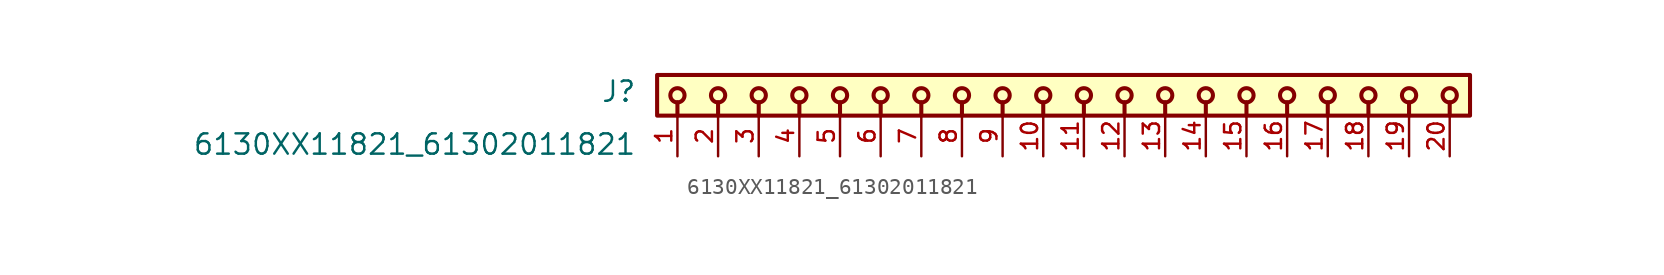
<source format=kicad_sym>
(kicad_symbol_lib
  (version 20211014)
  (generator kicad_symbol_editor)
  (symbol "6130XX11821_61302011821"
    (pin_names
      (offset 1.016))
    (property "Reference" "J"
      (at -22.86 -1.778 0)
      (effects (font (size 1.27 1.27)) (justify bottom right)))
    (property "Value" "6130XX11821_61302011821"
      (at -22.86 -5.08 0)
      (effects (font (size 1.27 1.27)) (justify bottom right)))
    (symbol "6130XX11821_61302011821_0_0"
      (polyline (pts (xy -20.32 -1.705) (xy -20.32 -2.54)) (stroke (width 0.254)))
      (polyline (pts (xy -17.78 -1.705) (xy -17.78 -2.54)) (stroke (width 0.254)))
      (polyline (pts (xy -15.24 -1.705) (xy -15.24 -2.54)) (stroke (width 0.254)))
      (polyline (pts (xy -12.7 -1.705) (xy -12.7 -2.54)) (stroke (width 0.254)))
      (polyline (pts (xy -10.16 -1.705) (xy -10.16 -2.54)) (stroke (width 0.254)))
      (polyline (pts (xy -7.62 -1.705) (xy -7.62 -2.54)) (stroke (width 0.254)))
      (polyline (pts (xy -5.08 -1.705) (xy -5.08 -2.54)) (stroke (width 0.254)))
      (polyline (pts (xy -2.54 -1.705) (xy -2.54 -2.54)) (stroke (width 0.254)))
      (polyline (pts (xy 0.0 -1.705) (xy 0.0 -2.54)) (stroke (width 0.254)))
      (polyline (pts (xy 2.54 -1.705) (xy 2.54 -2.54)) (stroke (width 0.254)))
      (polyline (pts (xy 5.08 -1.705) (xy 5.08 -2.54)) (stroke (width 0.254)))
      (polyline (pts (xy 7.62 -1.705) (xy 7.62 -2.54)) (stroke (width 0.254)))
      (polyline (pts (xy 10.16 -1.705) (xy 10.16 -2.54)) (stroke (width 0.254)))
      (polyline (pts (xy 12.7 -1.705) (xy 12.7 -2.54)) (stroke (width 0.254)))
      (polyline (pts (xy 15.24 -1.705) (xy 15.24 -2.54)) (stroke (width 0.254)))
      (polyline (pts (xy 17.78 -1.705) (xy 17.78 -2.54)) (stroke (width 0.254)))
      (polyline (pts (xy 20.32 -1.705) (xy 20.32 -2.54)) (stroke (width 0.254)))
      (polyline (pts (xy 22.86 -1.705) (xy 22.86 -2.54)) (stroke (width 0.254)))
      (polyline (pts (xy 25.4 -1.705) (xy 25.4 -2.54)) (stroke (width 0.254)))
      (polyline (pts (xy 27.94 -1.705) (xy 27.94 -2.54)) (stroke (width 0.254)))
      (circle (center -20.32 -1.27) (radius 0.445) (stroke (width 0.254)) (fill (type none)))
      (circle (center -17.78 -1.27) (radius 0.445) (stroke (width 0.254)) (fill (type none)))
      (circle (center -15.24 -1.27) (radius 0.445) (stroke (width 0.254)) (fill (type none)))
      (circle (center -12.7 -1.27) (radius 0.445) (stroke (width 0.254)) (fill (type none)))
      (circle (center -10.16 -1.27) (radius 0.445) (stroke (width 0.254)) (fill (type none)))
      (circle (center -7.62 -1.27) (radius 0.445) (stroke (width 0.254)) (fill (type none)))
      (circle (center -5.08 -1.27) (radius 0.445) (stroke (width 0.254)) (fill (type none)))
      (circle (center -2.54 -1.27) (radius 0.445) (stroke (width 0.254)) (fill (type none)))
      (circle (center 0.0 -1.27) (radius 0.445) (stroke (width 0.254)) (fill (type none)))
      (circle (center 2.54 -1.27) (radius 0.445) (stroke (width 0.254)) (fill (type none)))
      (circle (center 5.08 -1.27) (radius 0.445) (stroke (width 0.254)) (fill (type none)))
      (circle (center 7.62 -1.27) (radius 0.445) (stroke (width 0.254)) (fill (type none)))
      (circle (center 10.16 -1.27) (radius 0.445) (stroke (width 0.254)) (fill (type none)))
      (circle (center 12.7 -1.27) (radius 0.445) (stroke (width 0.254)) (fill (type none)))
      (circle (center 15.24 -1.27) (radius 0.445) (stroke (width 0.254)) (fill (type none)))
      (circle (center 17.78 -1.27) (radius 0.445) (stroke (width 0.254)) (fill (type none)))
      (circle (center 20.32 -1.27) (radius 0.445) (stroke (width 0.254)) (fill (type none)))
      (circle (center 22.86 -1.27) (radius 0.445) (stroke (width 0.254)) (fill (type none)))
      (circle (center 25.4 -1.27) (radius 0.445) (stroke (width 0.254)) (fill (type none)))
      (circle (center 27.94 -1.27) (radius 0.445) (stroke (width 0.254)) (fill (type none)))
      (rectangle (start -21.59 -2.54) (end 29.21 8.881784197e-16) (stroke (width 0.254)) (fill (type background)))
      (pin passive line (at -20.32 -5.08 90.0) (length 2.54) (name "~" (effects (font (size 1.016 1.016)))) (number "1" (effects (font (size 1.016 1.016)))))
      (pin passive line (at -17.78 -5.08 90.0) (length 2.54) (name "~" (effects (font (size 1.016 1.016)))) (number "2" (effects (font (size 1.016 1.016)))))
      (pin passive line (at -15.24 -5.08 90.0) (length 2.54) (name "~" (effects (font (size 1.016 1.016)))) (number "3" (effects (font (size 1.016 1.016)))))
      (pin passive line (at -12.7 -5.08 90.0) (length 2.54) (name "~" (effects (font (size 1.016 1.016)))) (number "4" (effects (font (size 1.016 1.016)))))
      (pin passive line (at -10.16 -5.08 90.0) (length 2.54) (name "~" (effects (font (size 1.016 1.016)))) (number "5" (effects (font (size 1.016 1.016)))))
      (pin passive line (at -7.62 -5.08 90.0) (length 2.54) (name "~" (effects (font (size 1.016 1.016)))) (number "6" (effects (font (size 1.016 1.016)))))
      (pin passive line (at -5.08 -5.08 90.0) (length 2.54) (name "~" (effects (font (size 1.016 1.016)))) (number "7" (effects (font (size 1.016 1.016)))))
      (pin passive line (at -2.54 -5.08 90.0) (length 2.54) (name "~" (effects (font (size 1.016 1.016)))) (number "8" (effects (font (size 1.016 1.016)))))
      (pin passive line (at 0.0 -5.08 90.0) (length 2.54) (name "~" (effects (font (size 1.016 1.016)))) (number "9" (effects (font (size 1.016 1.016)))))
      (pin passive line (at 2.54 -5.08 90.0) (length 2.54) (name "~" (effects (font (size 1.016 1.016)))) (number "10" (effects (font (size 1.016 1.016)))))
      (pin passive line (at 5.08 -5.08 90.0) (length 2.54) (name "~" (effects (font (size 1.016 1.016)))) (number "11" (effects (font (size 1.016 1.016)))))
      (pin passive line (at 7.62 -5.08 90.0) (length 2.54) (name "~" (effects (font (size 1.016 1.016)))) (number "12" (effects (font (size 1.016 1.016)))))
      (pin passive line (at 10.16 -5.08 90.0) (length 2.54) (name "~" (effects (font (size 1.016 1.016)))) (number "13" (effects (font (size 1.016 1.016)))))
      (pin passive line (at 12.7 -5.08 90.0) (length 2.54) (name "~" (effects (font (size 1.016 1.016)))) (number "14" (effects (font (size 1.016 1.016)))))
      (pin passive line (at 15.24 -5.08 90.0) (length 2.54) (name "~" (effects (font (size 1.016 1.016)))) (number "15" (effects (font (size 1.016 1.016)))))
      (pin passive line (at 17.78 -5.08 90.0) (length 2.54) (name "~" (effects (font (size 1.016 1.016)))) (number "16" (effects (font (size 1.016 1.016)))))
      (pin passive line (at 20.32 -5.08 90.0) (length 2.54) (name "~" (effects (font (size 1.016 1.016)))) (number "17" (effects (font (size 1.016 1.016)))))
      (pin passive line (at 22.86 -5.08 90.0) (length 2.54) (name "~" (effects (font (size 1.016 1.016)))) (number "18" (effects (font (size 1.016 1.016)))))
      (pin passive line (at 25.4 -5.08 90.0) (length 2.54) (name "~" (effects (font (size 1.016 1.016)))) (number "19" (effects (font (size 1.016 1.016)))))
      (pin passive line (at 27.94 -5.08 90.0) (length 2.54) (name "~" (effects (font (size 1.016 1.016)))) (number "20" (effects (font (size 1.016 1.016))))))))
</source>
